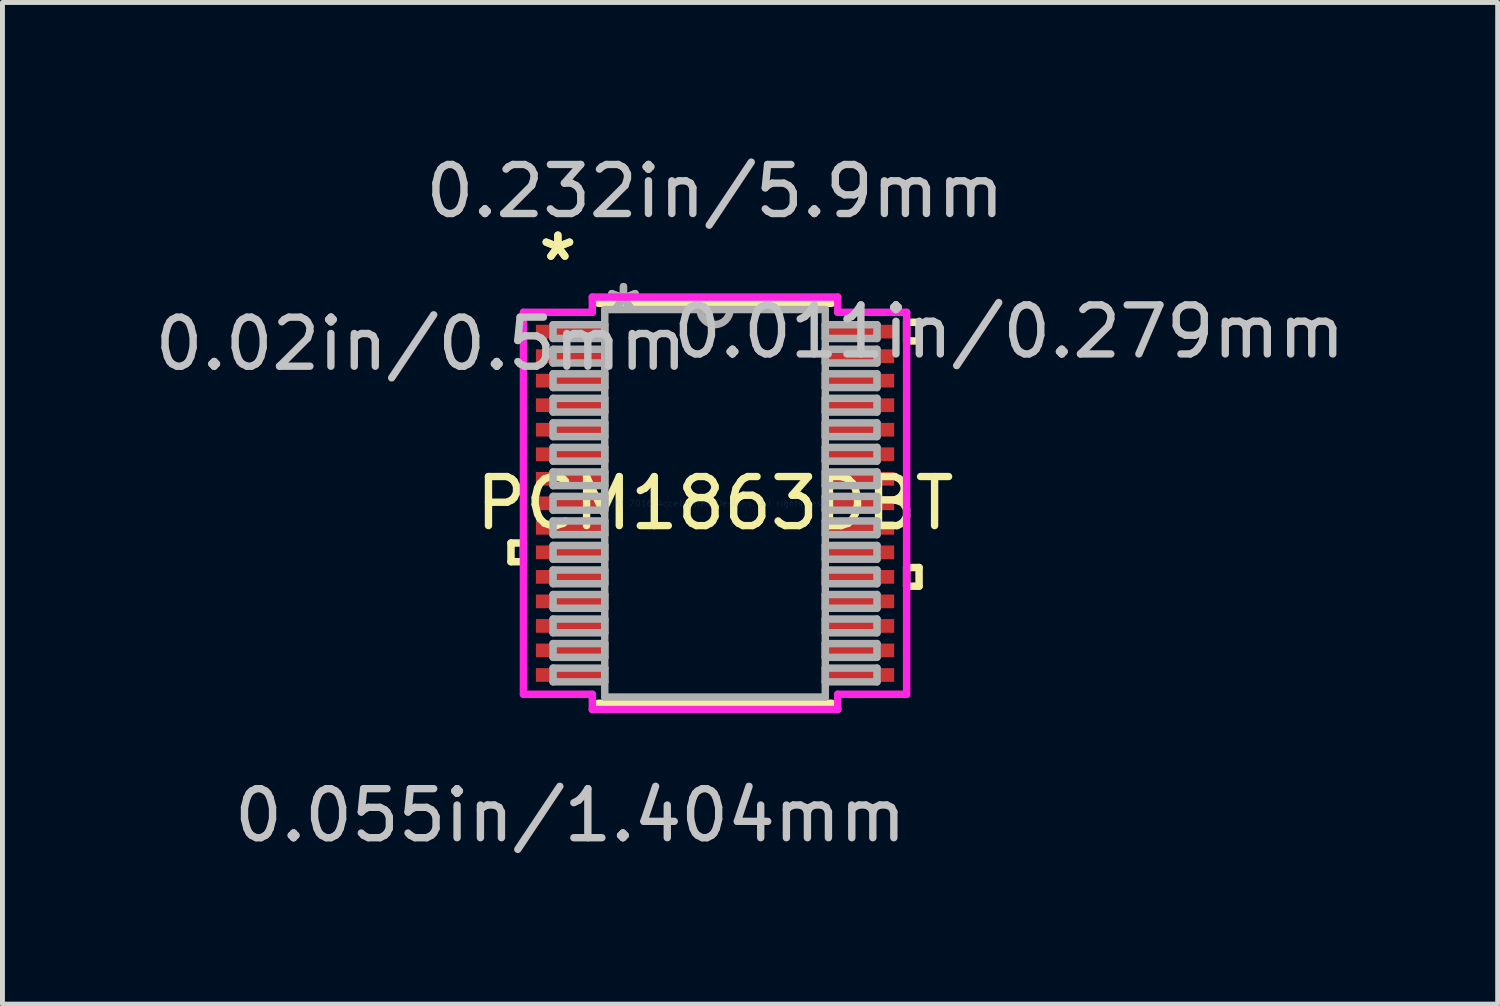
<source format=kicad_pcb>
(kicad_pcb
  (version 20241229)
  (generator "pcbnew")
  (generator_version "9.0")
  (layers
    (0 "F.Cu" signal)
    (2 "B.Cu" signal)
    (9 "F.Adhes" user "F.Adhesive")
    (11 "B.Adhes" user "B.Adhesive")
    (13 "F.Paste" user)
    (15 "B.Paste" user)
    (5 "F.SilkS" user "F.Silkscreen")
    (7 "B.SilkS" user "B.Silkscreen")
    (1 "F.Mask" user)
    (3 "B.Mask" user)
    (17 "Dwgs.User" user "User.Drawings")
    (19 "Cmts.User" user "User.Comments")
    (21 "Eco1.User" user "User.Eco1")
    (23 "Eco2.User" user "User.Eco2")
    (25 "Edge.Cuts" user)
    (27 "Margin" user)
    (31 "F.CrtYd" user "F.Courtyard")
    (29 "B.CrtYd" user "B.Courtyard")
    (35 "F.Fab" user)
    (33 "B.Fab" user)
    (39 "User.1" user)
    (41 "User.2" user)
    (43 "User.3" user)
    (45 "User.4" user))
  (footprint "PCM1863DBT"
    (layer "F.Cu")
    (at 11.528 7.211)
    (property "Reference" "PCM1863DBT" (at 0 0 0) (layer "F.SilkS") (effects (font (size 1 1) (thickness 0.15))))
    (attr through_hole)
    (fp_line (start -4.16 0.81) (end -4.16 1.191) (stroke (width 0.152) (type solid)) (layer "F.SilkS"))
    (fp_line (start -4.16 1.191) (end -3.906 1.191) (stroke (width 0.152) (type solid)) (layer "F.SilkS"))
    (fp_line (start -3.906 0.81) (end -4.16 0.81) (stroke (width 0.152) (type solid)) (layer "F.SilkS"))
    (fp_line (start -3.906 1.191) (end -3.906 0.81) (stroke (width 0.152) (type solid)) (layer "F.SilkS"))
    (fp_line (start -2.375 4.077) (end 2.375 4.077) (stroke (width 0.152) (type solid)) (layer "F.SilkS"))
    (fp_line (start 2.375 -4.077) (end -2.375 -4.077) (stroke (width 0.152) (type solid)) (layer "F.SilkS"))
    (fp_line (start 3.906 -3.691) (end 4.16 -3.691) (stroke (width 0.152) (type solid)) (layer "F.SilkS"))
    (fp_line (start 3.906 -3.31) (end 3.906 -3.691) (stroke (width 0.152) (type solid)) (layer "F.SilkS"))
    (fp_line (start 3.906 1.31) (end 4.16 1.31) (stroke (width 0.152) (type solid)) (layer "F.SilkS"))
    (fp_line (start 3.906 1.69) (end 3.906 1.31) (stroke (width 0.152) (type solid)) (layer "F.SilkS"))
    (fp_line (start 4.16 -3.691) (end 4.16 -3.31) (stroke (width 0.152) (type solid)) (layer "F.SilkS"))
    (fp_line (start 4.16 -3.31) (end 3.906 -3.31) (stroke (width 0.152) (type solid)) (layer "F.SilkS"))
    (fp_line (start 4.16 1.31) (end 4.16 1.69) (stroke (width 0.152) (type solid)) (layer "F.SilkS"))
    (fp_line (start 4.16 1.69) (end 3.906 1.69) (stroke (width 0.152) (type solid)) (layer "F.SilkS"))
    (fp_line (start -3.906 -3.894) (end -2.502 -3.894) (stroke (width 0.152) (type solid)) (layer "F.CrtYd"))
    (fp_line (start -3.906 3.894) (end -3.906 -3.894) (stroke (width 0.152) (type solid)) (layer "F.CrtYd"))
    (fp_line (start -2.502 -4.204) (end 2.502 -4.204) (stroke (width 0.152) (type solid)) (layer "F.CrtYd"))
    (fp_line (start -2.502 -3.894) (end -2.502 -4.204) (stroke (width 0.152) (type solid)) (layer "F.CrtYd"))
    (fp_line (start -2.502 3.894) (end -3.906 3.894) (stroke (width 0.152) (type solid)) (layer "F.CrtYd"))
    (fp_line (start -2.502 4.204) (end -2.502 3.894) (stroke (width 0.152) (type solid)) (layer "F.CrtYd"))
    (fp_line (start 2.502 -4.204) (end 2.502 -3.894) (stroke (width 0.152) (type solid)) (layer "F.CrtYd"))
    (fp_line (start 2.502 -3.894) (end 3.906 -3.894) (stroke (width 0.152) (type solid)) (layer "F.CrtYd"))
    (fp_line (start 2.502 3.894) (end 2.502 4.204) (stroke (width 0.152) (type solid)) (layer "F.CrtYd"))
    (fp_line (start 2.502 4.204) (end -2.502 4.204) (stroke (width 0.152) (type solid)) (layer "F.CrtYd"))
    (fp_line (start 3.906 -3.894) (end 3.906 3.894) (stroke (width 0.152) (type solid)) (layer "F.CrtYd"))
    (fp_line (start 3.906 3.894) (end 2.502 3.894) (stroke (width 0.152) (type solid)) (layer "F.CrtYd"))
    (fp_line (start -3.302 -3.64) (end -3.302 -3.36) (stroke (width 0.152) (type solid)) (layer "F.Fab"))
    (fp_line (start -3.302 -3.36) (end -2.248 -3.36) (stroke (width 0.152) (type solid)) (layer "F.Fab"))
    (fp_line (start -3.302 -3.14) (end -3.302 -2.86) (stroke (width 0.152) (type solid)) (layer "F.Fab"))
    (fp_line (start -3.302 -2.86) (end -2.248 -2.86) (stroke (width 0.152) (type solid)) (layer "F.Fab"))
    (fp_line (start -3.302 -2.64) (end -3.302 -2.36) (stroke (width 0.152) (type solid)) (layer "F.Fab"))
    (fp_line (start -3.302 -2.36) (end -2.248 -2.36) (stroke (width 0.152) (type solid)) (layer "F.Fab"))
    (fp_line (start -3.302 -2.14) (end -3.302 -1.86) (stroke (width 0.152) (type solid)) (layer "F.Fab"))
    (fp_line (start -3.302 -1.86) (end -2.248 -1.86) (stroke (width 0.152) (type solid)) (layer "F.Fab"))
    (fp_line (start -3.302 -1.64) (end -3.302 -1.36) (stroke (width 0.152) (type solid)) (layer "F.Fab"))
    (fp_line (start -3.302 -1.36) (end -2.248 -1.36) (stroke (width 0.152) (type solid)) (layer "F.Fab"))
    (fp_line (start -3.302 -1.14) (end -3.302 -0.86) (stroke (width 0.152) (type solid)) (layer "F.Fab"))
    (fp_line (start -3.302 -0.86) (end -2.248 -0.86) (stroke (width 0.152) (type solid)) (layer "F.Fab"))
    (fp_line (start -3.302 -0.64) (end -3.302 -0.36) (stroke (width 0.152) (type solid)) (layer "F.Fab"))
    (fp_line (start -3.302 -0.36) (end -2.248 -0.36) (stroke (width 0.152) (type solid)) (layer "F.Fab"))
    (fp_line (start -3.302 -0.14) (end -3.302 0.14) (stroke (width 0.152) (type solid)) (layer "F.Fab"))
    (fp_line (start -3.302 0.14) (end -2.248 0.14) (stroke (width 0.152) (type solid)) (layer "F.Fab"))
    (fp_line (start -3.302 0.36) (end -3.302 0.64) (stroke (width 0.152) (type solid)) (layer "F.Fab"))
    (fp_line (start -3.302 0.64) (end -2.248 0.64) (stroke (width 0.152) (type solid)) (layer "F.Fab"))
    (fp_line (start -3.302 0.86) (end -3.302 1.14) (stroke (width 0.152) (type solid)) (layer "F.Fab"))
    (fp_line (start -3.302 1.14) (end -2.248 1.14) (stroke (width 0.152) (type solid)) (layer "F.Fab"))
    (fp_line (start -3.302 1.36) (end -3.302 1.64) (stroke (width 0.152) (type solid)) (layer "F.Fab"))
    (fp_line (start -3.302 1.64) (end -2.248 1.64) (stroke (width 0.152) (type solid)) (layer "F.Fab"))
    (fp_line (start -3.302 1.86) (end -3.302 2.14) (stroke (width 0.152) (type solid)) (layer "F.Fab"))
    (fp_line (start -3.302 2.14) (end -2.248 2.14) (stroke (width 0.152) (type solid)) (layer "F.Fab"))
    (fp_line (start -3.302 2.36) (end -3.302 2.64) (stroke (width 0.152) (type solid)) (layer "F.Fab"))
    (fp_line (start -3.302 2.64) (end -2.248 2.64) (stroke (width 0.152) (type solid)) (layer "F.Fab"))
    (fp_line (start -3.302 2.86) (end -3.302 3.14) (stroke (width 0.152) (type solid)) (layer "F.Fab"))
    (fp_line (start -3.302 3.14) (end -2.248 3.14) (stroke (width 0.152) (type solid)) (layer "F.Fab"))
    (fp_line (start -3.302 3.36) (end -3.302 3.64) (stroke (width 0.152) (type solid)) (layer "F.Fab"))
    (fp_line (start -3.302 3.64) (end -2.248 3.64) (stroke (width 0.152) (type solid)) (layer "F.Fab"))
    (fp_line (start -2.248 -3.95) (end -2.248 3.95) (stroke (width 0.152) (type solid)) (layer "F.Fab"))
    (fp_line (start -2.248 -3.64) (end -3.302 -3.64) (stroke (width 0.152) (type solid)) (layer "F.Fab"))
    (fp_line (start -2.248 -3.36) (end -2.248 -3.64) (stroke (width 0.152) (type solid)) (layer "F.Fab"))
    (fp_line (start -2.248 -3.14) (end -3.302 -3.14) (stroke (width 0.152) (type solid)) (layer "F.Fab"))
    (fp_line (start -2.248 -2.86) (end -2.248 -3.14) (stroke (width 0.152) (type solid)) (layer "F.Fab"))
    (fp_line (start -2.248 -2.64) (end -3.302 -2.64) (stroke (width 0.152) (type solid)) (layer "F.Fab"))
    (fp_line (start -2.248 -2.36) (end -2.248 -2.64) (stroke (width 0.152) (type solid)) (layer "F.Fab"))
    (fp_line (start -2.248 -2.14) (end -3.302 -2.14) (stroke (width 0.152) (type solid)) (layer "F.Fab"))
    (fp_line (start -2.248 -1.86) (end -2.248 -2.14) (stroke (width 0.152) (type solid)) (layer "F.Fab"))
    (fp_line (start -2.248 -1.64) (end -3.302 -1.64) (stroke (width 0.152) (type solid)) (layer "F.Fab"))
    (fp_line (start -2.248 -1.36) (end -2.248 -1.64) (stroke (width 0.152) (type solid)) (layer "F.Fab"))
    (fp_line (start -2.248 -1.14) (end -3.302 -1.14) (stroke (width 0.152) (type solid)) (layer "F.Fab"))
    (fp_line (start -2.248 -0.86) (end -2.248 -1.14) (stroke (width 0.152) (type solid)) (layer "F.Fab"))
    (fp_line (start -2.248 -0.64) (end -3.302 -0.64) (stroke (width 0.152) (type solid)) (layer "F.Fab"))
    (fp_line (start -2.248 -0.36) (end -2.248 -0.64) (stroke (width 0.152) (type solid)) (layer "F.Fab"))
    (fp_line (start -2.248 -0.14) (end -3.302 -0.14) (stroke (width 0.152) (type solid)) (layer "F.Fab"))
    (fp_line (start -2.248 0.14) (end -2.248 -0.14) (stroke (width 0.152) (type solid)) (layer "F.Fab"))
    (fp_line (start -2.248 0.36) (end -3.302 0.36) (stroke (width 0.152) (type solid)) (layer "F.Fab"))
    (fp_line (start -2.248 0.64) (end -2.248 0.36) (stroke (width 0.152) (type solid)) (layer "F.Fab"))
    (fp_line (start -2.248 0.86) (end -3.302 0.86) (stroke (width 0.152) (type solid)) (layer "F.Fab"))
    (fp_line (start -2.248 1.14) (end -2.248 0.86) (stroke (width 0.152) (type solid)) (layer "F.Fab"))
    (fp_line (start -2.248 1.36) (end -3.302 1.36) (stroke (width 0.152) (type solid)) (layer "F.Fab"))
    (fp_line (start -2.248 1.64) (end -2.248 1.36) (stroke (width 0.152) (type solid)) (layer "F.Fab"))
    (fp_line (start -2.248 1.86) (end -3.302 1.86) (stroke (width 0.152) (type solid)) (layer "F.Fab"))
    (fp_line (start -2.248 2.14) (end -2.248 1.86) (stroke (width 0.152) (type solid)) (layer "F.Fab"))
    (fp_line (start -2.248 2.36) (end -3.302 2.36) (stroke (width 0.152) (type solid)) (layer "F.Fab"))
    (fp_line (start -2.248 2.64) (end -2.248 2.36) (stroke (width 0.152) (type solid)) (layer "F.Fab"))
    (fp_line (start -2.248 2.86) (end -3.302 2.86) (stroke (width 0.152) (type solid)) (layer "F.Fab"))
    (fp_line (start -2.248 3.14) (end -2.248 2.86) (stroke (width 0.152) (type solid)) (layer "F.Fab"))
    (fp_line (start -2.248 3.36) (end -3.302 3.36) (stroke (width 0.152) (type solid)) (layer "F.Fab"))
    (fp_line (start -2.248 3.64) (end -2.248 3.36) (stroke (width 0.152) (type solid)) (layer "F.Fab"))
    (fp_line (start -2.248 3.95) (end 2.248 3.95) (stroke (width 0.152) (type solid)) (layer "F.Fab"))
    (fp_line (start 2.248 -3.95) (end -2.248 -3.95) (stroke (width 0.152) (type solid)) (layer "F.Fab"))
    (fp_line (start 2.248 -3.64) (end 2.248 -3.36) (stroke (width 0.152) (type solid)) (layer "F.Fab"))
    (fp_line (start 2.248 -3.36) (end 3.302 -3.36) (stroke (width 0.152) (type solid)) (layer "F.Fab"))
    (fp_line (start 2.248 -3.14) (end 2.248 -2.86) (stroke (width 0.152) (type solid)) (layer "F.Fab"))
    (fp_line (start 2.248 -2.86) (end 3.302 -2.86) (stroke (width 0.152) (type solid)) (layer "F.Fab"))
    (fp_line (start 2.248 -2.64) (end 2.248 -2.36) (stroke (width 0.152) (type solid)) (layer "F.Fab"))
    (fp_line (start 2.248 -2.36) (end 3.302 -2.36) (stroke (width 0.152) (type solid)) (layer "F.Fab"))
    (fp_line (start 2.248 -2.14) (end 2.248 -1.86) (stroke (width 0.152) (type solid)) (layer "F.Fab"))
    (fp_line (start 2.248 -1.86) (end 3.302 -1.86) (stroke (width 0.152) (type solid)) (layer "F.Fab"))
    (fp_line (start 2.248 -1.64) (end 2.248 -1.36) (stroke (width 0.152) (type solid)) (layer "F.Fab"))
    (fp_line (start 2.248 -1.36) (end 3.302 -1.36) (stroke (width 0.152) (type solid)) (layer "F.Fab"))
    (fp_line (start 2.248 -1.14) (end 2.248 -0.86) (stroke (width 0.152) (type solid)) (layer "F.Fab"))
    (fp_line (start 2.248 -0.86) (end 3.302 -0.86) (stroke (width 0.152) (type solid)) (layer "F.Fab"))
    (fp_line (start 2.248 -0.64) (end 2.248 -0.36) (stroke (width 0.152) (type solid)) (layer "F.Fab"))
    (fp_line (start 2.248 -0.36) (end 3.302 -0.36) (stroke (width 0.152) (type solid)) (layer "F.Fab"))
    (fp_line (start 2.248 -0.14) (end 2.248 0.14) (stroke (width 0.152) (type solid)) (layer "F.Fab"))
    (fp_line (start 2.248 0.14) (end 3.302 0.14) (stroke (width 0.152) (type solid)) (layer "F.Fab"))
    (fp_line (start 2.248 0.36) (end 2.248 0.64) (stroke (width 0.152) (type solid)) (layer "F.Fab"))
    (fp_line (start 2.248 0.64) (end 3.302 0.64) (stroke (width 0.152) (type solid)) (layer "F.Fab"))
    (fp_line (start 2.248 0.86) (end 2.248 1.14) (stroke (width 0.152) (type solid)) (layer "F.Fab"))
    (fp_line (start 2.248 1.14) (end 3.302 1.14) (stroke (width 0.152) (type solid)) (layer "F.Fab"))
    (fp_line (start 2.248 1.36) (end 2.248 1.64) (stroke (width 0.152) (type solid)) (layer "F.Fab"))
    (fp_line (start 2.248 1.64) (end 3.302 1.64) (stroke (width 0.152) (type solid)) (layer "F.Fab"))
    (fp_line (start 2.248 1.86) (end 2.248 2.14) (stroke (width 0.152) (type solid)) (layer "F.Fab"))
    (fp_line (start 2.248 2.14) (end 3.302 2.14) (stroke (width 0.152) (type solid)) (layer "F.Fab"))
    (fp_line (start 2.248 2.36) (end 2.248 2.64) (stroke (width 0.152) (type solid)) (layer "F.Fab"))
    (fp_line (start 2.248 2.64) (end 3.302 2.64) (stroke (width 0.152) (type solid)) (layer "F.Fab"))
    (fp_line (start 2.248 2.86) (end 2.248 3.14) (stroke (width 0.152) (type solid)) (layer "F.Fab"))
    (fp_line (start 2.248 3.14) (end 3.302 3.14) (stroke (width 0.152) (type solid)) (layer "F.Fab"))
    (fp_line (start 2.248 3.36) (end 2.248 3.64) (stroke (width 0.152) (type solid)) (layer "F.Fab"))
    (fp_line (start 2.248 3.64) (end 3.302 3.64) (stroke (width 0.152) (type solid)) (layer "F.Fab"))
    (fp_line (start 2.248 3.95) (end 2.248 -3.95) (stroke (width 0.152) (type solid)) (layer "F.Fab"))
    (fp_line (start 3.302 -3.64) (end 2.248 -3.64) (stroke (width 0.152) (type solid)) (layer "F.Fab"))
    (fp_line (start 3.302 -3.36) (end 3.302 -3.64) (stroke (width 0.152) (type solid)) (layer "F.Fab"))
    (fp_line (start 3.302 -3.14) (end 2.248 -3.14) (stroke (width 0.152) (type solid)) (layer "F.Fab"))
    (fp_line (start 3.302 -2.86) (end 3.302 -3.14) (stroke (width 0.152) (type solid)) (layer "F.Fab"))
    (fp_line (start 3.302 -2.64) (end 2.248 -2.64) (stroke (width 0.152) (type solid)) (layer "F.Fab"))
    (fp_line (start 3.302 -2.36) (end 3.302 -2.64) (stroke (width 0.152) (type solid)) (layer "F.Fab"))
    (fp_line (start 3.302 -2.14) (end 2.248 -2.14) (stroke (width 0.152) (type solid)) (layer "F.Fab"))
    (fp_line (start 3.302 -1.86) (end 3.302 -2.14) (stroke (width 0.152) (type solid)) (layer "F.Fab"))
    (fp_line (start 3.302 -1.64) (end 2.248 -1.64) (stroke (width 0.152) (type solid)) (layer "F.Fab"))
    (fp_line (start 3.302 -1.36) (end 3.302 -1.64) (stroke (width 0.152) (type solid)) (layer "F.Fab"))
    (fp_line (start 3.302 -1.14) (end 2.248 -1.14) (stroke (width 0.152) (type solid)) (layer "F.Fab"))
    (fp_line (start 3.302 -0.86) (end 3.302 -1.14) (stroke (width 0.152) (type solid)) (layer "F.Fab"))
    (fp_line (start 3.302 -0.64) (end 2.248 -0.64) (stroke (width 0.152) (type solid)) (layer "F.Fab"))
    (fp_line (start 3.302 -0.36) (end 3.302 -0.64) (stroke (width 0.152) (type solid)) (layer "F.Fab"))
    (fp_line (start 3.302 -0.14) (end 2.248 -0.14) (stroke (width 0.152) (type solid)) (layer "F.Fab"))
    (fp_line (start 3.302 0.14) (end 3.302 -0.14) (stroke (width 0.152) (type solid)) (layer "F.Fab"))
    (fp_line (start 3.302 0.36) (end 2.248 0.36) (stroke (width 0.152) (type solid)) (layer "F.Fab"))
    (fp_line (start 3.302 0.64) (end 3.302 0.36) (stroke (width 0.152) (type solid)) (layer "F.Fab"))
    (fp_line (start 3.302 0.86) (end 2.248 0.86) (stroke (width 0.152) (type solid)) (layer "F.Fab"))
    (fp_line (start 3.302 1.14) (end 3.302 0.86) (stroke (width 0.152) (type solid)) (layer "F.Fab"))
    (fp_line (start 3.302 1.36) (end 2.248 1.36) (stroke (width 0.152) (type solid)) (layer "F.Fab"))
    (fp_line (start 3.302 1.64) (end 3.302 1.36) (stroke (width 0.152) (type solid)) (layer "F.Fab"))
    (fp_line (start 3.302 1.86) (end 2.248 1.86) (stroke (width 0.152) (type solid)) (layer "F.Fab"))
    (fp_line (start 3.302 2.14) (end 3.302 1.86) (stroke (width 0.152) (type solid)) (layer "F.Fab"))
    (fp_line (start 3.302 2.36) (end 2.248 2.36) (stroke (width 0.152) (type solid)) (layer "F.Fab"))
    (fp_line (start 3.302 2.64) (end 3.302 2.36) (stroke (width 0.152) (type solid)) (layer "F.Fab"))
    (fp_line (start 3.302 2.86) (end 2.248 2.86) (stroke (width 0.152) (type solid)) (layer "F.Fab"))
    (fp_line (start 3.302 3.14) (end 3.302 2.86) (stroke (width 0.152) (type solid)) (layer "F.Fab"))
    (fp_line (start 3.302 3.36) (end 2.248 3.36) (stroke (width 0.152) (type solid)) (layer "F.Fab"))
    (fp_line (start 3.302 3.64) (end 3.302 3.36) (stroke (width 0.152) (type solid)) (layer "F.Fab"))
    (fp_arc (start 0.3048 -3.9497) (mid 0 -3.6449) (end -0.3048 -3.9497) (stroke (width 0.1524) (type solid)) (layer "F.Fab"))
    (fp_text user "*" (at -3.204 -4.922 0) (layer "F.SilkS") (effects (font (size 1 1) (thickness 0.15))))
    (fp_text user "*" (at -3.204 -4.922 0) (layer "F.SilkS") (effects (font (size 1 1) (thickness 0.15))))
    (fp_text user "0.02in/0.5mm" (at -5.998 -3.25 0) (layer "Dwgs.User") (effects (font (size 1 1) (thickness 0.15))))
    (fp_text user "0.055in/1.404mm" (at -2.95 6.363 0) (layer "Dwgs.User") (effects (font (size 1 1) (thickness 0.15))))
    (fp_text user "0.232in/5.9mm" (at 0 -6.363 0) (layer "Dwgs.User") (effects (font (size 1 1) (thickness 0.15))))
    (fp_text user "0.011in/0.279mm" (at 5.998 -3.5 0) (layer "Dwgs.User") (effects (font (size 1 1) (thickness 0.15))))
    (fp_text user "Copyright 2016 Accelerated Designs. All rights reserved." (at 0 0 0) (layer "Cmts.User") (effects (font (size 0.127 0.127) (thickness 0.002))))
    (fp_text user "*" (at -1.867 -3.873 0) (layer "F.Fab") (effects (font (size 1 1) (thickness 0.15))))
    (fp_text user "*" (at -1.867 -3.873 0) (layer "F.Fab") (effects (font (size 1 1) (thickness 0.15))))
    (pad "1" smd rect (at -2.95 -3.5) (size 1.404 0.279) (layers "F.Cu" "F.Mask" "F.Paste"))
    (pad "2" smd rect (at -2.95 -3) (size 1.404 0.279) (layers "F.Cu" "F.Mask" "F.Paste"))
    (pad "3" smd rect (at -2.95 -2.5) (size 1.404 0.279) (layers "F.Cu" "F.Mask" "F.Paste"))
    (pad "4" smd rect (at -2.95 -2) (size 1.404 0.279) (layers "F.Cu" "F.Mask" "F.Paste"))
    (pad "5" smd rect (at -2.95 -1.5) (size 1.404 0.279) (layers "F.Cu" "F.Mask" "F.Paste"))
    (pad "6" smd rect (at -2.95 -1) (size 1.404 0.279) (layers "F.Cu" "F.Mask" "F.Paste"))
    (pad "7" smd rect (at -2.95 -0.5) (size 1.404 0.279) (layers "F.Cu" "F.Mask" "F.Paste"))
    (pad "8" smd rect (at -2.95 0) (size 1.404 0.279) (layers "F.Cu" "F.Mask" "F.Paste"))
    (pad "9" smd rect (at -2.95 0.5) (size 1.404 0.279) (layers "F.Cu" "F.Mask" "F.Paste"))
    (pad "10" smd rect (at -2.95 1) (size 1.404 0.279) (layers "F.Cu" "F.Mask" "F.Paste"))
    (pad "11" smd rect (at -2.95 1.5) (size 1.404 0.279) (layers "F.Cu" "F.Mask" "F.Paste"))
    (pad "12" smd rect (at -2.95 2) (size 1.404 0.279) (layers "F.Cu" "F.Mask" "F.Paste"))
    (pad "13" smd rect (at -2.95 2.5) (size 1.404 0.279) (layers "F.Cu" "F.Mask" "F.Paste"))
    (pad "14" smd rect (at -2.95 3) (size 1.404 0.279) (layers "F.Cu" "F.Mask" "F.Paste"))
    (pad "15" smd rect (at -2.95 3.5) (size 1.404 0.279) (layers "F.Cu" "F.Mask" "F.Paste"))
    (pad "16" smd rect (at 2.95 3.5) (size 1.404 0.279) (layers "F.Cu" "F.Mask" "F.Paste"))
    (pad "17" smd rect (at 2.95 3) (size 1.404 0.279) (layers "F.Cu" "F.Mask" "F.Paste"))
    (pad "18" smd rect (at 2.95 2.5) (size 1.404 0.279) (layers "F.Cu" "F.Mask" "F.Paste"))
    (pad "19" smd rect (at 2.95 2) (size 1.404 0.279) (layers "F.Cu" "F.Mask" "F.Paste"))
    (pad "20" smd rect (at 2.95 1.5) (size 1.404 0.279) (layers "F.Cu" "F.Mask" "F.Paste"))
    (pad "21" smd rect (at 2.95 1) (size 1.404 0.279) (layers "F.Cu" "F.Mask" "F.Paste"))
    (pad "22" smd rect (at 2.95 0.5) (size 1.404 0.279) (layers "F.Cu" "F.Mask" "F.Paste"))
    (pad "23" smd rect (at 2.95 0) (size 1.404 0.279) (layers "F.Cu" "F.Mask" "F.Paste"))
    (pad "24" smd rect (at 2.95 -0.5) (size 1.404 0.279) (layers "F.Cu" "F.Mask" "F.Paste"))
    (pad "25" smd rect (at 2.95 -1) (size 1.404 0.279) (layers "F.Cu" "F.Mask" "F.Paste"))
    (pad "26" smd rect (at 2.95 -1.5) (size 1.404 0.279) (layers "F.Cu" "F.Mask" "F.Paste"))
    (pad "27" smd rect (at 2.95 -2) (size 1.404 0.279) (layers "F.Cu" "F.Mask" "F.Paste"))
    (pad "28" smd rect (at 2.95 -2.5) (size 1.404 0.279) (layers "F.Cu" "F.Mask" "F.Paste"))
    (pad "29" smd rect (at 2.95 -3) (size 1.404 0.279) (layers "F.Cu" "F.Mask" "F.Paste"))
    (pad "30" smd rect (at 2.95 -3.5) (size 1.404 0.279) (layers "F.Cu" "F.Mask" "F.Paste")))
  (gr_rect
    (start -3 -3)
    (end 27.484 17.422)
    (stroke (width 0.1) (type default))
    (fill no)
    (layer "Edge.Cuts")))
</source>
